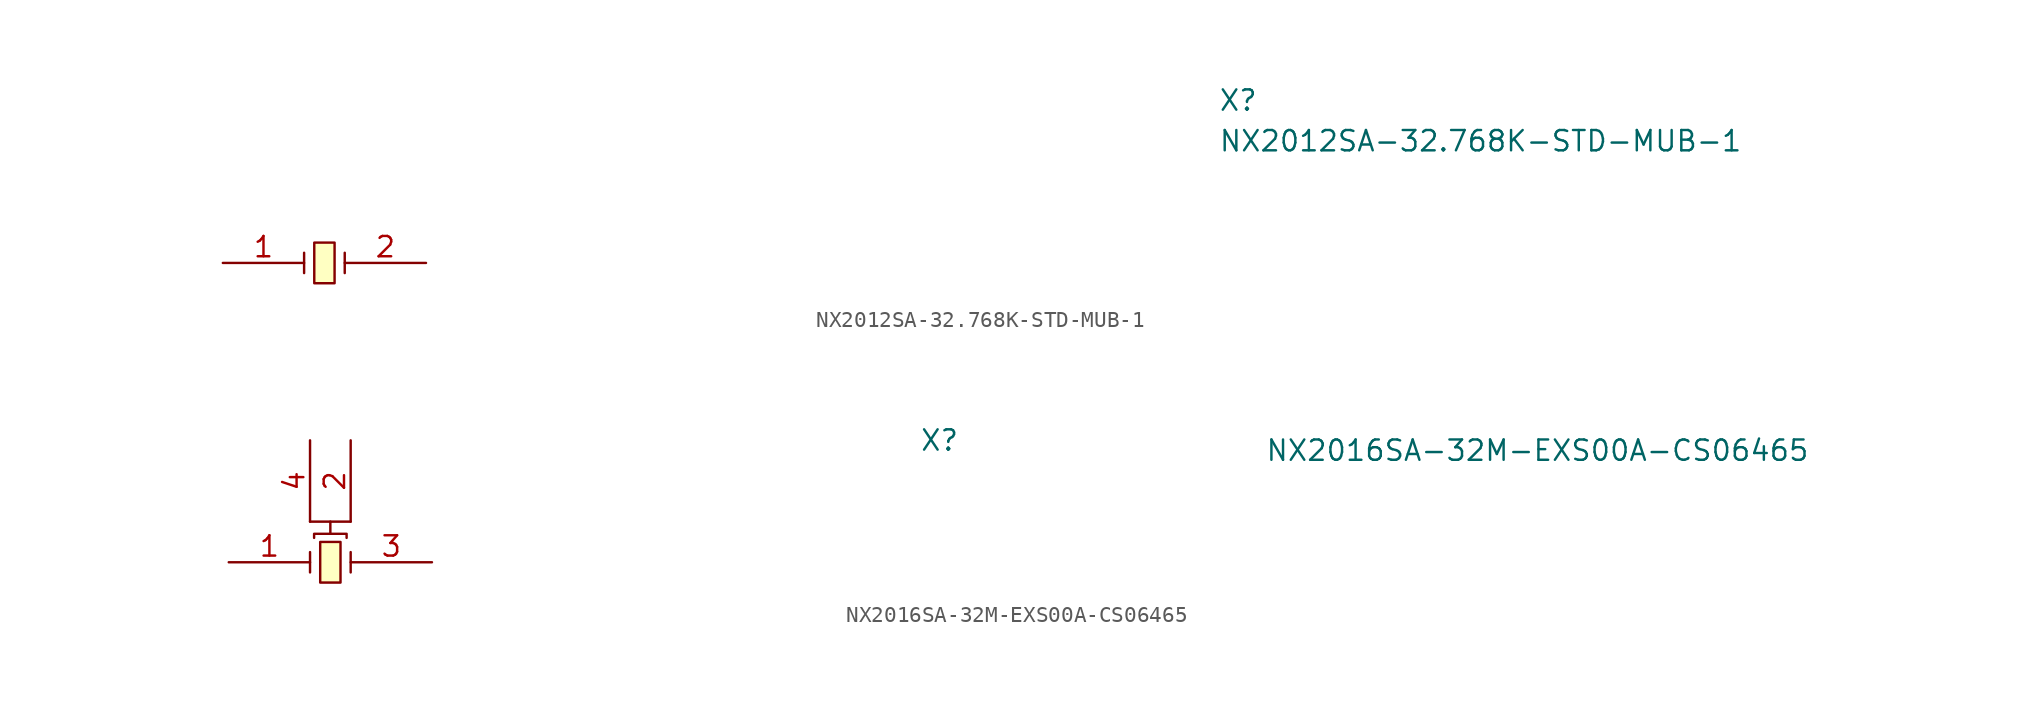
<source format=kicad_sym>
(kicad_symbol_lib
  (version 20211014)
  (generator kicad_symbol_editor)
  (symbol "NX2012SA-32.768K-STD-MUB-1"
    (pin_names
      (offset 0.762) hide)
    (property "Reference" "X"
      (at 55.88 10.16 0)
      (effects (font (size 1.27 1.27)) (justify left)))
    (property "Value" "NX2012SA-32.768K-STD-MUB-1"
      (at 55.88 7.62 0)
      (effects (font (size 1.27 1.27)) (justify left)))
    (symbol "NX2012SA-32.768K-STD-MUB-1_0_0"
      (pin passive line (at -6.35 0 0) (length 5.08) (name "CRYSTAL_1" (effects (font (size 1.27 1.27)))) (number "1" (effects (font (size 1.27 1.27)))))
      (pin passive line (at 6.35 0 180) (length 5.08) (name "CRYSTAL_2" (effects (font (size 1.27 1.27)))) (number "2" (effects (font (size 1.27 1.27))))))
    (symbol "NX2012SA-32.768K-STD-MUB-1_0_1"
      (polyline (pts (xy -1.27 0.635) (xy -1.27 -0.635)) (stroke (width 0.152) (type default) (color 0 0 0 0)) (fill (type none)))
      (polyline (pts (xy 1.27 0.635) (xy 1.27 -0.635)) (stroke (width 0.152) (type default) (color 0 0 0 0)) (fill (type none))))
    (symbol "NX2012SA-32.768K-STD-MUB-1_1_1"
      (rectangle (start -0.635 1.27) (end 0.635 -1.27) (stroke (width 0.152) (type default) (color 0 0 0 0)) (fill (type background)))))
  (symbol "NX2016SA-32M-EXS00A-CS06465"
    (pin_names
      (offset 0.762) hide)
    (property "Reference" "X"
      (at 36.83 7.62 0)
      (effects (font (size 1.27 1.27)) (justify left)))
    (property "Value" "NX2016SA-32M-EXS00A-CS06465"
      (at 58.42 6.985 0)
      (effects (font (size 1.27 1.27)) (justify left)))
    (symbol "NX2016SA-32M-EXS00A-CS06465_0_0"
      (pin passive line (at -6.35 0 0) (length 5.08) (name "CRYSTAL_1" (effects (font (size 1.27 1.27)))) (number "1" (effects (font (size 1.27 1.27)))))
      (pin passive line (at 1.27 7.62 270) (length 5.08) (name "GND" (effects (font (size 1.27 1.27)))) (number "2" (effects (font (size 1.27 1.27)))))
      (pin passive line (at 6.35 0 180) (length 5.08) (name "CRYSTAL_2" (effects (font (size 1.27 1.27)))) (number "3" (effects (font (size 1.27 1.27)))))
      (pin passive line (at -1.27 7.62 270) (length 5.08) (name "GND" (effects (font (size 1.27 1.27)))) (number "4" (effects (font (size 1.27 1.27))))))
    (symbol "NX2016SA-32M-EXS00A-CS06465_0_1"
      (rectangle (start -0.635 1.27) (end 0.635 -1.27) (stroke (width 0.152) (type default) (color 0 0 0 0)) (fill (type background)))
      (polyline (pts (xy -1.27 0.635) (xy -1.27 -0.635)) (stroke (width 0.152) (type default) (color 0 0 0 0)) (fill (type none)))
      (polyline (pts (xy -1.27 2.54) (xy 0 2.54)) (stroke (width 0.152) (type default) (color 0 0 0 0)) (fill (type none)))
      (polyline (pts (xy 1.27 0.635) (xy 1.27 -0.635)) (stroke (width 0.152) (type default) (color 0 0 0 0)) (fill (type none)))
      (polyline (pts (xy 0 1.778) (xy 0 2.54) (xy 1.27 2.54)) (stroke (width 0.152) (type default) (color 0 0 0 0)) (fill (type none)))
      (polyline (pts (xy -1.016 1.524) (xy -1.016 1.778) (xy 1.016 1.778) (xy 1.016 1.524)) (stroke (width 0.152) (type default) (color 0 0 0 0)) (fill (type none))))))
</source>
